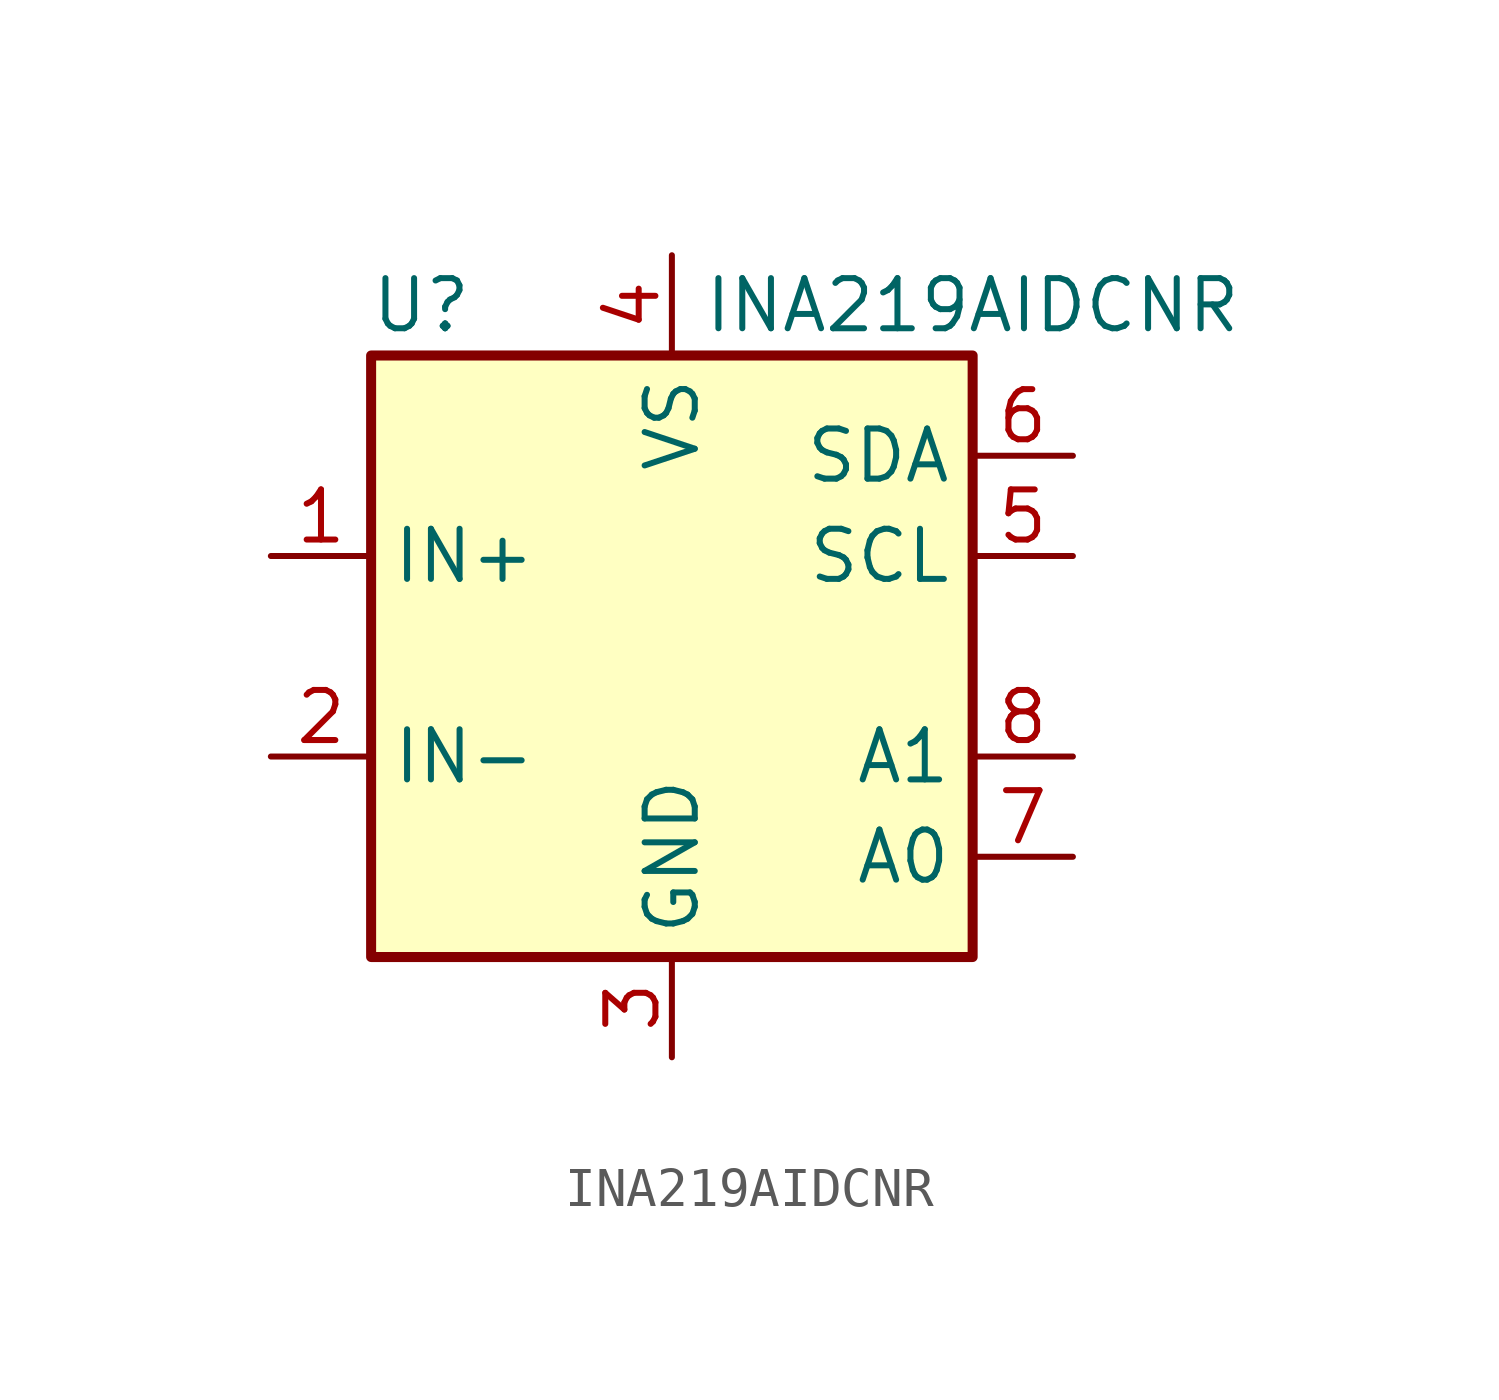
<source format=kicad_sym>
(kicad_symbol_lib
  (version 20241209)
  (generator "kicad_symbol_editor")
  (generator_version "9.0")
  (symbol "INA219AIDCNR"
    (property "Reference" "U"
      (at -6.35 8.89 0)
      (effects (font (size 1.27 1.27))))
    (property "Value" "INA219AIDCNR"
      (at 7.62 8.89 0)
      (effects (font (size 1.27 1.27))))
    (symbol "INA219AIDCNR_0_1"
      (rectangle (start -7.62 7.62) (end 7.62 -7.62) (stroke (width 0.254) (type default)) (fill (type background))))
    (symbol "INA219AIDCNR_1_1"
      (pin input line (at -10.16 2.54 0) (length 2.54) (name "IN+" (effects (font (size 1.27 1.27)))) (number "1" (effects (font (size 1.27 1.27)))))
      (pin input line (at -10.16 -2.54 0) (length 2.54) (name "IN-" (effects (font (size 1.27 1.27)))) (number "2" (effects (font (size 1.27 1.27)))))
      (pin power_in line (at 0 10.16 270) (length 2.54) (name "VS" (effects (font (size 1.27 1.27)))) (number "4" (effects (font (size 1.27 1.27)))))
      (pin power_in line (at 0 -10.16 90) (length 2.54) (name "GND" (effects (font (size 1.27 1.27)))) (number "3" (effects (font (size 1.27 1.27)))))
      (pin bidirectional line (at 10.16 5.08 180) (length 2.54) (name "SDA" (effects (font (size 1.27 1.27)))) (number "6" (effects (font (size 1.27 1.27)))))
      (pin input line (at 10.16 2.54 180) (length 2.54) (name "SCL" (effects (font (size 1.27 1.27)))) (number "5" (effects (font (size 1.27 1.27)))))
      (pin input line (at 10.16 -2.54 180) (length 2.54) (name "A1" (effects (font (size 1.27 1.27)))) (number "8" (effects (font (size 1.27 1.27)))))
      (pin input line (at 10.16 -5.08 180) (length 2.54) (name "A0" (effects (font (size 1.27 1.27)))) (number "7" (effects (font (size 1.27 1.27))))))))
</source>
